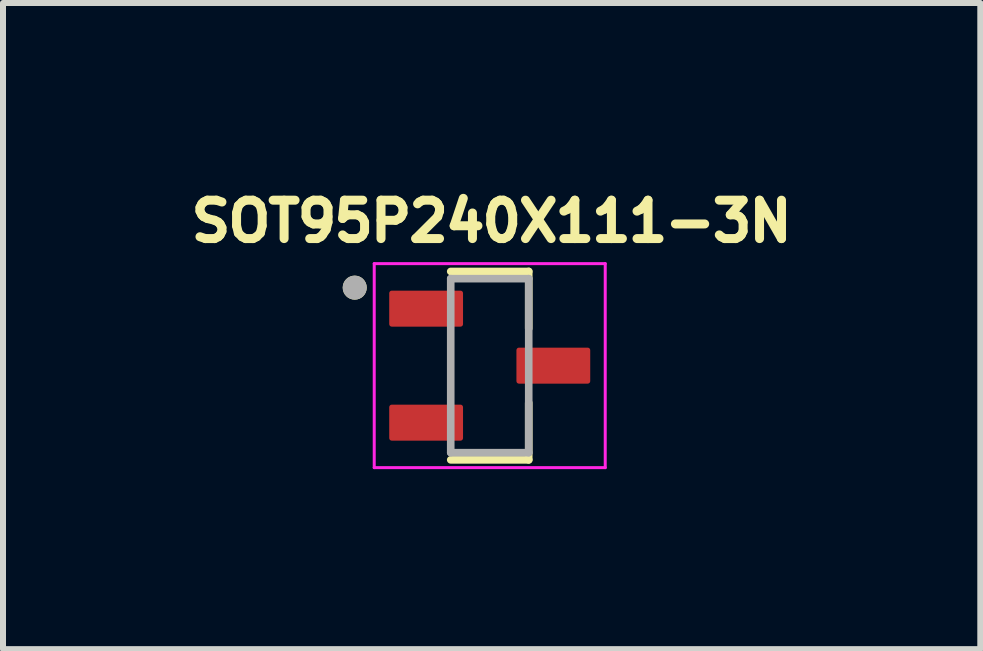
<source format=kicad_pcb>
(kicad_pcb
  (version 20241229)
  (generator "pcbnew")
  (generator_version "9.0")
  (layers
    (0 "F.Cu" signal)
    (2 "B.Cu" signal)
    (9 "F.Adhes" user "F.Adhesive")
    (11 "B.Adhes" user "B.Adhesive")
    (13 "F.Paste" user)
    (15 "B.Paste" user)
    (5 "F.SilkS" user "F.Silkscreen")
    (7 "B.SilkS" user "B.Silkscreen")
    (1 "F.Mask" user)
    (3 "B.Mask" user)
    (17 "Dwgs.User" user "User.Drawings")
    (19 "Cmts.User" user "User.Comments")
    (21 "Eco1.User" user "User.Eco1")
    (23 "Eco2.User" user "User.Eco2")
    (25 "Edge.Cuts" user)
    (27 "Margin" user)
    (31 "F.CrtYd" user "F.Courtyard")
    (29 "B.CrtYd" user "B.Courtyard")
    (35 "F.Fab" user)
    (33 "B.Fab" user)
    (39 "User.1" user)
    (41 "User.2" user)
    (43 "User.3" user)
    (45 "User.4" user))
  (footprint "SOT95P240X111-3N"
    (layer "F.Cu")
    (at 5.112 3.044)
    (property "Reference" "SOT95P240X111-3N" (at 0.032 -2.406 0) (layer "F.SilkS") (effects (font (size 0.64 0.64) (thickness 0.15))))
    (attr smd)
    (fp_line (start -0.65 -1.57) (end 0.65 -1.57) (stroke (width 0.127) (type solid)) (layer "F.SilkS"))
    (fp_line (start -0.65 1.57) (end 0.65 1.57) (stroke (width 0.127) (type solid)) (layer "F.SilkS"))
    (fp_line (start 0.65 -1.57) (end 0.65 -0.62) (stroke (width 0.127) (type solid)) (layer "F.SilkS"))
    (fp_line (start 0.65 1.57) (end 0.65 0.62) (stroke (width 0.127) (type solid)) (layer "F.SilkS"))
    (fp_circle (center -2.25 -1.3) (end -2.15 -1.3) (stroke (width 0.2) (type solid)) (fill no) (layer "F.SilkS"))
    (fp_line (start -1.925 -1.7) (end 1.925 -1.7) (stroke (width 0.05) (type solid)) (layer "F.CrtYd"))
    (fp_line (start -1.925 1.7) (end -1.925 -1.7) (stroke (width 0.05) (type solid)) (layer "F.CrtYd"))
    (fp_line (start 1.925 1.7) (end -1.925 1.7) (stroke (width 0.05) (type solid)) (layer "F.CrtYd"))
    (fp_line (start 1.925 1.7) (end 1.925 -1.7) (stroke (width 0.05) (type solid)) (layer "F.CrtYd"))
    (fp_line (start -0.65 -1.45) (end 0.65 -1.45) (stroke (width 0.127) (type solid)) (layer "F.Fab"))
    (fp_line (start -0.65 1.45) (end -0.65 -1.45) (stroke (width 0.127) (type solid)) (layer "F.Fab"))
    (fp_line (start 0.65 -1.45) (end 0.65 1.45) (stroke (width 0.127) (type solid)) (layer "F.Fab"))
    (fp_line (start 0.65 1.45) (end -0.65 1.45) (stroke (width 0.127) (type solid)) (layer "F.Fab"))
    (fp_circle (center -2.25 -1.3) (end -2.15 -1.3) (stroke (width 0.2) (type solid)) (fill no) (layer "F.Fab"))
    (pad "1" smd roundrect (at -1.06 -0.95) (size 1.23 0.6) (layers "F.Cu" "F.Mask" "F.Paste") (roundrect_rratio 0.07))
    (pad "2" smd roundrect (at -1.06 0.95) (size 1.23 0.6) (layers "F.Cu" "F.Mask" "F.Paste") (roundrect_rratio 0.07))
    (pad "3" smd roundrect (at 1.06 0) (size 1.23 0.6) (layers "F.Cu" "F.Mask" "F.Paste") (roundrect_rratio 0.07)))
  (gr_rect
    (start -3 -3)
    (end 13.288 7.769)
    (stroke (width 0.1) (type default))
    (fill no)
    (layer "Edge.Cuts")))
</source>
